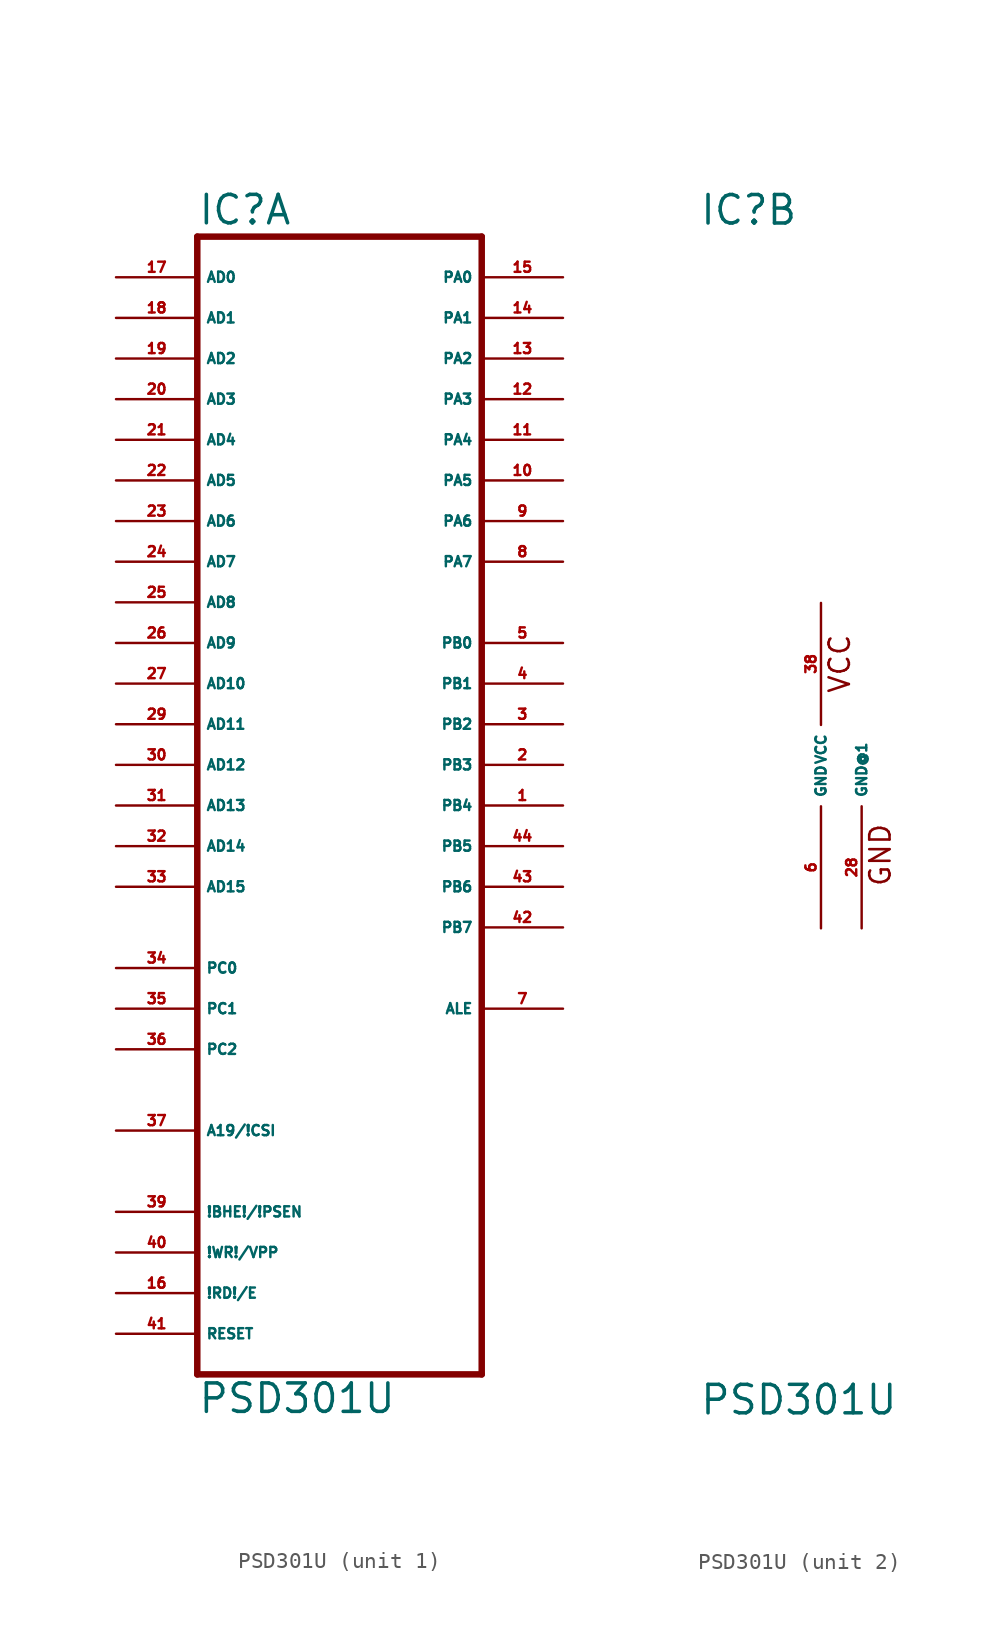
<source format=kicad_sym>
(kicad_symbol_lib
  (version 20220914)
  (generator Eagle2Kicad)
  (symbol "PSD301U"
    (property "Reference" "IC"
      (at -7.62 33.655 0)
      (effects (font (size 1.778 1.778) (thickness 0.22)) (justify left bottom)))
    (property "Value" "PSD301U"
      (at -7.62 -40.64 0)
      (effects (font (size 1.778 1.778) (thickness 0.22)) (justify left bottom)))
    (symbol "PSD301U_1_0"
      (polyline (pts (xy -7.62 -38.1) (xy 10.16 -38.1)) (stroke (width 0.406) (type default)) (fill (type none)))
      (polyline (pts (xy 10.16 -38.1) (xy 10.16 33.02)) (stroke (width 0.406) (type default)) (fill (type none)))
      (polyline (pts (xy 10.16 33.02) (xy -7.62 33.02)) (stroke (width 0.406) (type default)) (fill (type none)))
      (polyline (pts (xy -7.62 33.02) (xy -7.62 -38.1)) (stroke (width 0.406) (type default)) (fill (type none)))
      (pin input line (at -12.7 30.48 0) (length 5.08) (name "AD0" (effects (font (size 0.635 0.635) (thickness 0.08)) (justify left bottom))) (number "17" (effects (font (size 0.635 0.635) (thickness 0.08)) (justify left bottom))))
      (pin input line (at -12.7 27.94 0) (length 5.08) (name "AD1" (effects (font (size 0.635 0.635) (thickness 0.08)) (justify left bottom))) (number "18" (effects (font (size 0.635 0.635) (thickness 0.08)) (justify left bottom))))
      (pin input line (at -12.7 25.4 0) (length 5.08) (name "AD2" (effects (font (size 0.635 0.635) (thickness 0.08)) (justify left bottom))) (number "19" (effects (font (size 0.635 0.635) (thickness 0.08)) (justify left bottom))))
      (pin input line (at -12.7 22.86 0) (length 5.08) (name "AD3" (effects (font (size 0.635 0.635) (thickness 0.08)) (justify left bottom))) (number "20" (effects (font (size 0.635 0.635) (thickness 0.08)) (justify left bottom))))
      (pin input line (at -12.7 20.32 0) (length 5.08) (name "AD4" (effects (font (size 0.635 0.635) (thickness 0.08)) (justify left bottom))) (number "21" (effects (font (size 0.635 0.635) (thickness 0.08)) (justify left bottom))))
      (pin input line (at -12.7 17.78 0) (length 5.08) (name "AD5" (effects (font (size 0.635 0.635) (thickness 0.08)) (justify left bottom))) (number "22" (effects (font (size 0.635 0.635) (thickness 0.08)) (justify left bottom))))
      (pin input line (at -12.7 15.24 0) (length 5.08) (name "AD6" (effects (font (size 0.635 0.635) (thickness 0.08)) (justify left bottom))) (number "23" (effects (font (size 0.635 0.635) (thickness 0.08)) (justify left bottom))))
      (pin input line (at -12.7 12.7 0) (length 5.08) (name "AD7" (effects (font (size 0.635 0.635) (thickness 0.08)) (justify left bottom))) (number "24" (effects (font (size 0.635 0.635) (thickness 0.08)) (justify left bottom))))
      (pin input line (at -12.7 10.16 0) (length 5.08) (name "AD8" (effects (font (size 0.635 0.635) (thickness 0.08)) (justify left bottom))) (number "25" (effects (font (size 0.635 0.635) (thickness 0.08)) (justify left bottom))))
      (pin input line (at -12.7 7.62 0) (length 5.08) (name "AD9" (effects (font (size 0.635 0.635) (thickness 0.08)) (justify left bottom))) (number "26" (effects (font (size 0.635 0.635) (thickness 0.08)) (justify left bottom))))
      (pin input line (at -12.7 5.08 0) (length 5.08) (name "AD10" (effects (font (size 0.635 0.635) (thickness 0.08)) (justify left bottom))) (number "27" (effects (font (size 0.635 0.635) (thickness 0.08)) (justify left bottom))))
      (pin input line (at -12.7 2.54 0) (length 5.08) (name "AD11" (effects (font (size 0.635 0.635) (thickness 0.08)) (justify left bottom))) (number "29" (effects (font (size 0.635 0.635) (thickness 0.08)) (justify left bottom))))
      (pin input line (at -12.7 0 0) (length 5.08) (name "AD12" (effects (font (size 0.635 0.635) (thickness 0.08)) (justify left bottom))) (number "30" (effects (font (size 0.635 0.635) (thickness 0.08)) (justify left bottom))))
      (pin input line (at -12.7 -2.54 0) (length 5.08) (name "AD13" (effects (font (size 0.635 0.635) (thickness 0.08)) (justify left bottom))) (number "31" (effects (font (size 0.635 0.635) (thickness 0.08)) (justify left bottom))))
      (pin input line (at -12.7 -5.08 0) (length 5.08) (name "AD14" (effects (font (size 0.635 0.635) (thickness 0.08)) (justify left bottom))) (number "32" (effects (font (size 0.635 0.635) (thickness 0.08)) (justify left bottom))))
      (pin input line (at -12.7 -7.62 0) (length 5.08) (name "AD15" (effects (font (size 0.635 0.635) (thickness 0.08)) (justify left bottom))) (number "33" (effects (font (size 0.635 0.635) (thickness 0.08)) (justify left bottom))))
      (pin input line (at -12.7 -12.7 0) (length 5.08) (name "PC0" (effects (font (size 0.635 0.635) (thickness 0.08)) (justify left bottom))) (number "34" (effects (font (size 0.635 0.635) (thickness 0.08)) (justify left bottom))))
      (pin input line (at -12.7 -15.24 0) (length 5.08) (name "PC1" (effects (font (size 0.635 0.635) (thickness 0.08)) (justify left bottom))) (number "35" (effects (font (size 0.635 0.635) (thickness 0.08)) (justify left bottom))))
      (pin input line (at -12.7 -17.78 0) (length 5.08) (name "PC2" (effects (font (size 0.635 0.635) (thickness 0.08)) (justify left bottom))) (number "36" (effects (font (size 0.635 0.635) (thickness 0.08)) (justify left bottom))))
      (pin input line (at -12.7 -22.86 0) (length 5.08) (name "A19/!CSI" (effects (font (size 0.635 0.635) (thickness 0.08)) (justify left bottom))) (number "37" (effects (font (size 0.635 0.635) (thickness 0.08)) (justify left bottom))))
      (pin bidirectional line (at 15.24 30.48 180) (length 5.08) (name "PA0" (effects (font (size 0.635 0.635) (thickness 0.08)) (justify left bottom))) (number "15" (effects (font (size 0.635 0.635) (thickness 0.08)) (justify left bottom))))
      (pin bidirectional line (at 15.24 27.94 180) (length 5.08) (name "PA1" (effects (font (size 0.635 0.635) (thickness 0.08)) (justify left bottom))) (number "14" (effects (font (size 0.635 0.635) (thickness 0.08)) (justify left bottom))))
      (pin bidirectional line (at 15.24 25.4 180) (length 5.08) (name "PA2" (effects (font (size 0.635 0.635) (thickness 0.08)) (justify left bottom))) (number "13" (effects (font (size 0.635 0.635) (thickness 0.08)) (justify left bottom))))
      (pin bidirectional line (at 15.24 22.86 180) (length 5.08) (name "PA3" (effects (font (size 0.635 0.635) (thickness 0.08)) (justify left bottom))) (number "12" (effects (font (size 0.635 0.635) (thickness 0.08)) (justify left bottom))))
      (pin bidirectional line (at 15.24 20.32 180) (length 5.08) (name "PA4" (effects (font (size 0.635 0.635) (thickness 0.08)) (justify left bottom))) (number "11" (effects (font (size 0.635 0.635) (thickness 0.08)) (justify left bottom))))
      (pin bidirectional line (at 15.24 17.78 180) (length 5.08) (name "PA5" (effects (font (size 0.635 0.635) (thickness 0.08)) (justify left bottom))) (number "10" (effects (font (size 0.635 0.635) (thickness 0.08)) (justify left bottom))))
      (pin bidirectional line (at 15.24 15.24 180) (length 5.08) (name "PA6" (effects (font (size 0.635 0.635) (thickness 0.08)) (justify left bottom))) (number "9" (effects (font (size 0.635 0.635) (thickness 0.08)) (justify left bottom))))
      (pin bidirectional line (at 15.24 12.7 180) (length 5.08) (name "PA7" (effects (font (size 0.635 0.635) (thickness 0.08)) (justify left bottom))) (number "8" (effects (font (size 0.635 0.635) (thickness 0.08)) (justify left bottom))))
      (pin output line (at 15.24 7.62 180) (length 5.08) (name "PB0" (effects (font (size 0.635 0.635) (thickness 0.08)) (justify left bottom))) (number "5" (effects (font (size 0.635 0.635) (thickness 0.08)) (justify left bottom))))
      (pin output line (at 15.24 5.08 180) (length 5.08) (name "PB1" (effects (font (size 0.635 0.635) (thickness 0.08)) (justify left bottom))) (number "4" (effects (font (size 0.635 0.635) (thickness 0.08)) (justify left bottom))))
      (pin output line (at 15.24 2.54 180) (length 5.08) (name "PB2" (effects (font (size 0.635 0.635) (thickness 0.08)) (justify left bottom))) (number "3" (effects (font (size 0.635 0.635) (thickness 0.08)) (justify left bottom))))
      (pin output line (at 15.24 0 180) (length 5.08) (name "PB3" (effects (font (size 0.635 0.635) (thickness 0.08)) (justify left bottom))) (number "2" (effects (font (size 0.635 0.635) (thickness 0.08)) (justify left bottom))))
      (pin output line (at 15.24 -2.54 180) (length 5.08) (name "PB4" (effects (font (size 0.635 0.635) (thickness 0.08)) (justify left bottom))) (number "1" (effects (font (size 0.635 0.635) (thickness 0.08)) (justify left bottom))))
      (pin output line (at 15.24 -5.08 180) (length 5.08) (name "PB5" (effects (font (size 0.635 0.635) (thickness 0.08)) (justify left bottom))) (number "44" (effects (font (size 0.635 0.635) (thickness 0.08)) (justify left bottom))))
      (pin output line (at 15.24 -7.62 180) (length 5.08) (name "PB6" (effects (font (size 0.635 0.635) (thickness 0.08)) (justify left bottom))) (number "43" (effects (font (size 0.635 0.635) (thickness 0.08)) (justify left bottom))))
      (pin output line (at 15.24 -10.16 180) (length 5.08) (name "PB7" (effects (font (size 0.635 0.635) (thickness 0.08)) (justify left bottom))) (number "42" (effects (font (size 0.635 0.635) (thickness 0.08)) (justify left bottom))))
      (pin output line (at 15.24 -15.24 180) (length 5.08) (name "ALE" (effects (font (size 0.635 0.635) (thickness 0.08)) (justify left bottom))) (number "7" (effects (font (size 0.635 0.635) (thickness 0.08)) (justify left bottom))))
      (pin input line (at -12.7 -27.94 0) (length 5.08) (name "!BHE!/!PSEN" (effects (font (size 0.635 0.635) (thickness 0.08)) (justify left bottom))) (number "39" (effects (font (size 0.635 0.635) (thickness 0.08)) (justify left bottom))))
      (pin input line (at -12.7 -30.48 0) (length 5.08) (name "!WR!/VPP" (effects (font (size 0.635 0.635) (thickness 0.08)) (justify left bottom))) (number "40" (effects (font (size 0.635 0.635) (thickness 0.08)) (justify left bottom))))
      (pin input line (at -12.7 -33.02 0) (length 5.08) (name "!RD!/E" (effects (font (size 0.635 0.635) (thickness 0.08)) (justify left bottom))) (number "16" (effects (font (size 0.635 0.635) (thickness 0.08)) (justify left bottom))))
      (pin input line (at -12.7 -35.56 0) (length 5.08) (name "RESET" (effects (font (size 0.635 0.635) (thickness 0.08)) (justify left bottom))) (number "41" (effects (font (size 0.635 0.635) (thickness 0.08)) (justify left bottom)))))
    (symbol "PSD301U_2_0"
      (text "VCC" (at 1.905 4.445 900) (effects (font (size 1.27 1.27) (thickness 0.16)) (justify left bottom)))
      (text "GND" (at 4.445 -7.62 900) (effects (font (size 1.27 1.27) (thickness 0.16)) (justify left bottom)))
      (pin unspecified line (at 0 10.16 270) (length 7.62) (name "VCC" (effects (font (size 0.635 0.635) (thickness 0.08)) (justify left bottom))) (number "38" (effects (font (size 0.635 0.635) (thickness 0.08)) (justify left bottom))))
      (pin unspecified line (at 0 -10.16 90) (length 7.62) (name "GND" (effects (font (size 0.635 0.635) (thickness 0.08)) (justify left bottom))) (number "6" (effects (font (size 0.635 0.635) (thickness 0.08)) (justify left bottom))))
      (pin unspecified line (at 2.54 -10.16 90) (length 7.62) (name "GND@1" (effects (font (size 0.635 0.635) (thickness 0.08)) (justify left bottom))) (number "28" (effects (font (size 0.635 0.635) (thickness 0.08)) (justify left bottom)))))))
</source>
